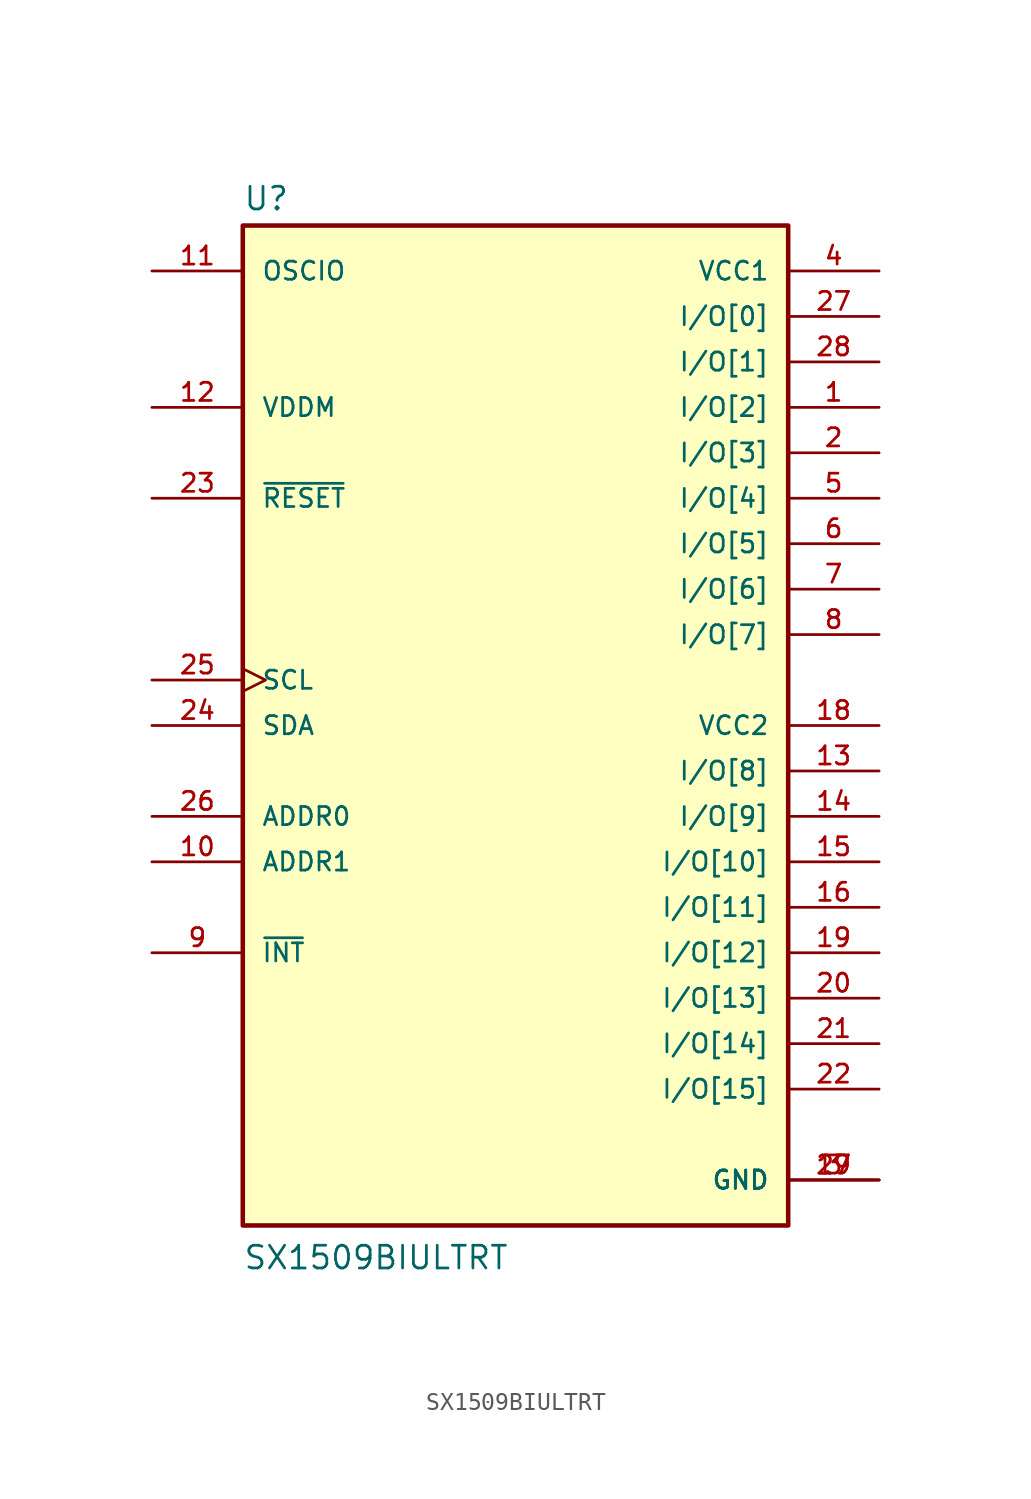
<source format=kicad_sym>
(kicad_symbol_lib
  (version 20211014)
  (generator kicad_symbol_editor)
  (symbol "SX1509BIULTRT"
    (pin_names
      (offset 1.016))
    (property "Reference" "U"
      (at -15.24 28.702 0)
      (effects (font (size 1.27 1.27)) (justify bottom left)))
    (property "Value" "SX1509BIULTRT"
      (at -15.24 -30.48 0)
      (effects (font (size 1.27 1.27)) (justify bottom left)))
    (symbol "SX1509BIULTRT_0_0"
      (rectangle (start -15.24 -27.94) (end 15.24 27.94) (stroke (width 0.254)) (fill (type background)))
      (pin power_in line (at -20.32 17.78 0) (length 5.08) (name "VDDM" (effects (font (size 1.016 1.016)))) (number "12" (effects (font (size 1.016 1.016)))))
      (pin input line (at -20.32 12.7 0) (length 5.08) (name "~{RESET}" (effects (font (size 1.016 1.016)))) (number "23" (effects (font (size 1.016 1.016)))))
      (pin input clock (at -20.32 2.54 0) (length 5.08) (name "SCL" (effects (font (size 1.016 1.016)))) (number "25" (effects (font (size 1.016 1.016)))))
      (pin bidirectional line (at -20.32 0.0 0) (length 5.08) (name "SDA" (effects (font (size 1.016 1.016)))) (number "24" (effects (font (size 1.016 1.016)))))
      (pin input line (at -20.32 -5.08 0) (length 5.08) (name "ADDR0" (effects (font (size 1.016 1.016)))) (number "26" (effects (font (size 1.016 1.016)))))
      (pin input line (at -20.32 -7.62 0) (length 5.08) (name "ADDR1" (effects (font (size 1.016 1.016)))) (number "10" (effects (font (size 1.016 1.016)))))
      (pin power_in line (at 20.32 25.4 180.0) (length 5.08) (name "VCC1" (effects (font (size 1.016 1.016)))) (number "4" (effects (font (size 1.016 1.016)))))
      (pin bidirectional line (at 20.32 22.86 180.0) (length 5.08) (name "I/O[0]" (effects (font (size 1.016 1.016)))) (number "27" (effects (font (size 1.016 1.016)))))
      (pin bidirectional line (at 20.32 20.32 180.0) (length 5.08) (name "I/O[1]" (effects (font (size 1.016 1.016)))) (number "28" (effects (font (size 1.016 1.016)))))
      (pin bidirectional line (at 20.32 17.78 180.0) (length 5.08) (name "I/O[2]" (effects (font (size 1.016 1.016)))) (number "1" (effects (font (size 1.016 1.016)))))
      (pin bidirectional line (at 20.32 15.24 180.0) (length 5.08) (name "I/O[3]" (effects (font (size 1.016 1.016)))) (number "2" (effects (font (size 1.016 1.016)))))
      (pin power_in line (at 20.32 0.0 180.0) (length 5.08) (name "VCC2" (effects (font (size 1.016 1.016)))) (number "18" (effects (font (size 1.016 1.016)))))
      (pin bidirectional line (at 20.32 12.7 180.0) (length 5.08) (name "I/O[4]" (effects (font (size 1.016 1.016)))) (number "5" (effects (font (size 1.016 1.016)))))
      (pin bidirectional line (at 20.32 10.16 180.0) (length 5.08) (name "I/O[5]" (effects (font (size 1.016 1.016)))) (number "6" (effects (font (size 1.016 1.016)))))
      (pin bidirectional line (at 20.32 7.62 180.0) (length 5.08) (name "I/O[6]" (effects (font (size 1.016 1.016)))) (number "7" (effects (font (size 1.016 1.016)))))
      (pin bidirectional line (at 20.32 5.08 180.0) (length 5.08) (name "I/O[7]" (effects (font (size 1.016 1.016)))) (number "8" (effects (font (size 1.016 1.016)))))
      (pin output line (at -20.32 -12.7 0) (length 5.08) (name "~{INT}" (effects (font (size 1.016 1.016)))) (number "9" (effects (font (size 1.016 1.016)))))
      (pin power_in line (at 20.32 -25.4 180.0) (length 5.08) (name "GND" (effects (font (size 1.016 1.016)))) (number "3" (effects (font (size 1.016 1.016)))))
      (pin power_in line (at 20.32 -25.4 180.0) (length 5.08) (name "GND" (effects (font (size 1.016 1.016)))) (number "17" (effects (font (size 1.016 1.016)))))
      (pin power_in line (at 20.32 -25.4 180.0) (length 5.08) (name "GND" (effects (font (size 1.016 1.016)))) (number "29" (effects (font (size 1.016 1.016)))))
      (pin bidirectional line (at -20.32 25.4 0) (length 5.08) (name "OSCIO" (effects (font (size 1.016 1.016)))) (number "11" (effects (font (size 1.016 1.016)))))
      (pin bidirectional line (at 20.32 -2.54 180.0) (length 5.08) (name "I/O[8]" (effects (font (size 1.016 1.016)))) (number "13" (effects (font (size 1.016 1.016)))))
      (pin bidirectional line (at 20.32 -5.08 180.0) (length 5.08) (name "I/O[9]" (effects (font (size 1.016 1.016)))) (number "14" (effects (font (size 1.016 1.016)))))
      (pin bidirectional line (at 20.32 -7.62 180.0) (length 5.08) (name "I/O[10]" (effects (font (size 1.016 1.016)))) (number "15" (effects (font (size 1.016 1.016)))))
      (pin bidirectional line (at 20.32 -10.16 180.0) (length 5.08) (name "I/O[11]" (effects (font (size 1.016 1.016)))) (number "16" (effects (font (size 1.016 1.016)))))
      (pin bidirectional line (at 20.32 -12.7 180.0) (length 5.08) (name "I/O[12]" (effects (font (size 1.016 1.016)))) (number "19" (effects (font (size 1.016 1.016)))))
      (pin bidirectional line (at 20.32 -15.24 180.0) (length 5.08) (name "I/O[13]" (effects (font (size 1.016 1.016)))) (number "20" (effects (font (size 1.016 1.016)))))
      (pin bidirectional line (at 20.32 -17.78 180.0) (length 5.08) (name "I/O[14]" (effects (font (size 1.016 1.016)))) (number "21" (effects (font (size 1.016 1.016)))))
      (pin bidirectional line (at 20.32 -20.32 180.0) (length 5.08) (name "I/O[15]" (effects (font (size 1.016 1.016)))) (number "22" (effects (font (size 1.016 1.016))))))))
</source>
